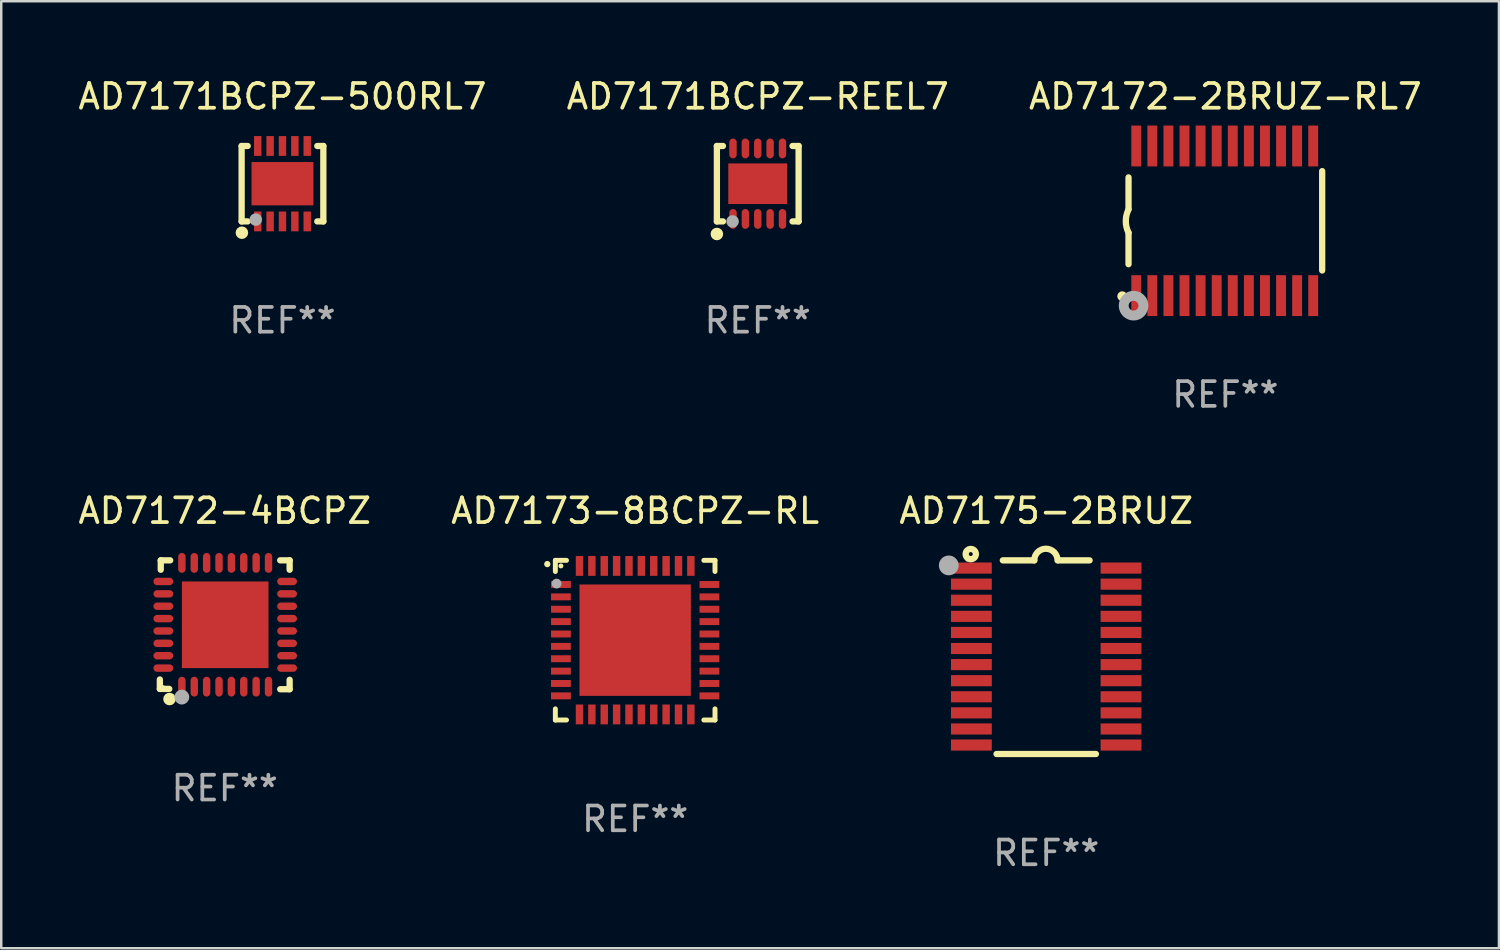
<source format=kicad_pcb>
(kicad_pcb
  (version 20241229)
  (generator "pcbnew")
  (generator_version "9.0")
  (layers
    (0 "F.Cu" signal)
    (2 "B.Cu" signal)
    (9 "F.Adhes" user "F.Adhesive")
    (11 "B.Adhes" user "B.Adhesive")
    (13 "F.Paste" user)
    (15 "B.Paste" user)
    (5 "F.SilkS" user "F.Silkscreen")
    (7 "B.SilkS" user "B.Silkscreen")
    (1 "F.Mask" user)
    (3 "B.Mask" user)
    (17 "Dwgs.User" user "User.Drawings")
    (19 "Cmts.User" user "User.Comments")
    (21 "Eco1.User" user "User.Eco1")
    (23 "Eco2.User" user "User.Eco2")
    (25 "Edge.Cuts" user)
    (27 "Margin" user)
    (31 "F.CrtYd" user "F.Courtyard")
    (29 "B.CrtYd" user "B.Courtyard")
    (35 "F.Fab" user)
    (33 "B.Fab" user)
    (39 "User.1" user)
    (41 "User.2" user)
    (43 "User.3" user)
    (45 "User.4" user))
  (footprint "AD7172-2BRUZ-RL7"
    (layer "F.Cu")
    (at 46.458 5.871)
    (property "Reference" "AD7172-2BRUZ-RL7" (at 0 -5.023 0) (layer "F.SilkS") (effects (font (size 1 1) (thickness 0.15))))
    (attr through_hole)
    (fp_line (start -3.912 -0.483) (end -3.912 -1.753) (stroke (width 0.254) (type solid)) (layer "F.SilkS"))
    (fp_line (start -3.912 1.753) (end -3.912 0.483) (stroke (width 0.254) (type solid)) (layer "F.SilkS"))
    (fp_line (start 3.912 -2.007) (end 3.912 2.007) (stroke (width 0.254) (type solid)) (layer "F.SilkS"))
    (fp_arc (start -3.911608 0.482601) (mid -4.022537 0.0127) (end -3.911608 -0.457201) (stroke (width 0.254001) (type solid)) (layer "F.SilkS"))
    (fp_circle (center -4.166 3.048) (end -4.066 3.048) (stroke (width 0.2) (type solid)) (fill no) (layer "F.SilkS"))
    (fp_circle (center -3.925 3.186) (end -3.895 3.186) (stroke (width 0.06) (type solid)) (fill no) (layer "F.SilkS"))
    (fp_circle (center -3.708 3.429) (end -3.509 3.429) (stroke (width 0.4) (type solid)) (fill no) (layer "F.Fab"))
    (fp_text user "REF**" (at 0 7.023 0) (layer "F.Fab") (effects (font (size 1 1) (thickness 0.15))))
    (pad "1" smd rect (at -3.6 3.023) (size 0.4 1.65) (layers "F.Cu" "F.Mask" "F.Paste"))
    (pad "2" smd rect (at -2.95 3.023) (size 0.4 1.65) (layers "F.Cu" "F.Mask" "F.Paste"))
    (pad "3" smd rect (at -2.3 3.023) (size 0.4 1.65) (layers "F.Cu" "F.Mask" "F.Paste"))
    (pad "4" smd rect (at -1.65 3.023) (size 0.4 1.65) (layers "F.Cu" "F.Mask" "F.Paste"))
    (pad "5" smd rect (at -1 3.023) (size 0.4 1.65) (layers "F.Cu" "F.Mask" "F.Paste"))
    (pad "6" smd rect (at -0.35 3.023) (size 0.4 1.65) (layers "F.Cu" "F.Mask" "F.Paste"))
    (pad "7" smd rect (at 0.299 3.023) (size 0.4 1.65) (layers "F.Cu" "F.Mask" "F.Paste"))
    (pad "8" smd rect (at 0.95 3.023) (size 0.4 1.65) (layers "F.Cu" "F.Mask" "F.Paste"))
    (pad "9" smd rect (at 1.6 3.023) (size 0.4 1.65) (layers "F.Cu" "F.Mask" "F.Paste"))
    (pad "10" smd rect (at 2.25 3.023) (size 0.4 1.65) (layers "F.Cu" "F.Mask" "F.Paste"))
    (pad "11" smd rect (at 2.9 3.023) (size 0.4 1.65) (layers "F.Cu" "F.Mask" "F.Paste"))
    (pad "12" smd rect (at 3.549 3.023) (size 0.4 1.65) (layers "F.Cu" "F.Mask" "F.Paste"))
    (pad "13" smd rect (at 3.549 -3.023) (size 0.4 1.65) (layers "F.Cu" "F.Mask" "F.Paste"))
    (pad "14" smd rect (at 2.9 -3.023) (size 0.4 1.65) (layers "F.Cu" "F.Mask" "F.Paste"))
    (pad "15" smd rect (at 2.25 -3.023) (size 0.4 1.65) (layers "F.Cu" "F.Mask" "F.Paste"))
    (pad "16" smd rect (at 1.6 -3.023) (size 0.4 1.65) (layers "F.Cu" "F.Mask" "F.Paste"))
    (pad "17" smd rect (at 0.95 -3.023) (size 0.4 1.65) (layers "F.Cu" "F.Mask" "F.Paste"))
    (pad "18" smd rect (at 0.299 -3.023) (size 0.4 1.65) (layers "F.Cu" "F.Mask" "F.Paste"))
    (pad "19" smd rect (at -0.35 -3.023) (size 0.4 1.65) (layers "F.Cu" "F.Mask" "F.Paste"))
    (pad "20" smd rect (at -1 -3.023) (size 0.4 1.65) (layers "F.Cu" "F.Mask" "F.Paste"))
    (pad "21" smd rect (at -1.65 -3.023) (size 0.4 1.65) (layers "F.Cu" "F.Mask" "F.Paste"))
    (pad "22" smd rect (at -2.3 -3.023) (size 0.4 1.65) (layers "F.Cu" "F.Mask" "F.Paste"))
    (pad "23" smd rect (at -2.95 -3.023) (size 0.4 1.65) (layers "F.Cu" "F.Mask" "F.Paste"))
    (pad "24" smd rect (at -3.6 -3.023) (size 0.4 1.65) (layers "F.Cu" "F.Mask" "F.Paste")))
  (footprint "AD7171BCPZ-500RL7"
    (layer "F.Cu")
    (at 8.363 4.372)
    (property "Reference" "AD7171BCPZ-500RL7" (at 0 -3.524 0) (layer "F.SilkS") (effects (font (size 1 1) (thickness 0.15))))
    (attr through_hole)
    (fp_line (start -1.651 -1.524) (end -1.651 1.524) (stroke (width 0.254) (type solid)) (layer "F.SilkS"))
    (fp_line (start -1.651 1.524) (end -1.406 1.524) (stroke (width 0.254) (type solid)) (layer "F.SilkS"))
    (fp_line (start -1.406 -1.524) (end -1.651 -1.524) (stroke (width 0.254) (type solid)) (layer "F.SilkS"))
    (fp_line (start 1.406 1.524) (end 1.651 1.524) (stroke (width 0.254) (type solid)) (layer "F.SilkS"))
    (fp_line (start 1.651 -1.524) (end 1.406 -1.524) (stroke (width 0.254) (type solid)) (layer "F.SilkS"))
    (fp_line (start 1.651 1.524) (end 1.651 -1.524) (stroke (width 0.254) (type solid)) (layer "F.SilkS"))
    (fp_circle (center -1.64 1.98) (end -1.513 1.98) (stroke (width 0.254) (type solid)) (fill no) (layer "F.SilkS"))
    (fp_circle (center -1.5 1.5) (end -1.47 1.5) (stroke (width 0.06) (type solid)) (fill no) (layer "F.SilkS"))
    (fp_circle (center -1.08 1.45) (end -0.953 1.45) (stroke (width 0.254) (type solid)) (fill no) (layer "F.Fab"))
    (fp_text user "REF**" (at 0 5.524 0) (layer "F.Fab") (effects (font (size 1 1) (thickness 0.15))))
    (pad "1" smd rect (at -1 1.524) (size 0.3 0.8) (layers "F.Cu" "F.Mask" "F.Paste"))
    (pad "2" smd rect (at -0.5 1.524) (size 0.3 0.8) (layers "F.Cu" "F.Mask" "F.Paste"))
    (pad "3" smd rect (at 0 1.524) (size 0.3 0.8) (layers "F.Cu" "F.Mask" "F.Paste"))
    (pad "4" smd rect (at 0.5 1.524) (size 0.3 0.8) (layers "F.Cu" "F.Mask" "F.Paste"))
    (pad "5" smd rect (at 1 1.524) (size 0.3 0.8) (layers "F.Cu" "F.Mask" "F.Paste"))
    (pad "6" smd rect (at 1 -1.524) (size 0.3 0.8) (layers "F.Cu" "F.Mask" "F.Paste"))
    (pad "7" smd rect (at 0.5 -1.524) (size 0.3 0.8) (layers "F.Cu" "F.Mask" "F.Paste"))
    (pad "8" smd rect (at 0 -1.524) (size 0.3 0.8) (layers "F.Cu" "F.Mask" "F.Paste"))
    (pad "9" smd rect (at -0.5 -1.524) (size 0.3 0.8) (layers "F.Cu" "F.Mask" "F.Paste"))
    (pad "10" smd rect (at -1 -1.524) (size 0.3 0.8) (layers "F.Cu" "F.Mask" "F.Paste"))
    (pad "11" smd rect (at 0 0) (size 2.5 1.75) (layers "F.Cu" "F.Mask" "F.Paste")))
  (footprint "AD7173-8BCPZ-RL"
    (layer "F.Cu")
    (at 22.613 22.815)
    (property "Reference" "AD7173-8BCPZ-RL" (at 0 -5.225 0) (layer "F.SilkS") (effects (font (size 1 1) (thickness 0.15))))
    (attr through_hole)
    (fp_line (start -3.225 -3.225) (end -2.775 -3.225) (stroke (width 0.2) (type solid)) (layer "F.SilkS"))
    (fp_line (start -3.225 -2.775) (end -3.225 -3.225) (stroke (width 0.2) (type solid)) (layer "F.SilkS"))
    (fp_line (start -3.225 2.775) (end -3.225 3.225) (stroke (width 0.2) (type solid)) (layer "F.SilkS"))
    (fp_line (start -3.225 3.225) (end -2.775 3.225) (stroke (width 0.2) (type solid)) (layer "F.SilkS"))
    (fp_line (start 2.775 -3.225) (end 3.225 -3.225) (stroke (width 0.2) (type solid)) (layer "F.SilkS"))
    (fp_line (start 2.775 3.225) (end 3.225 3.225) (stroke (width 0.2) (type solid)) (layer "F.SilkS"))
    (fp_line (start 3.225 -3.225) (end 3.225 -2.775) (stroke (width 0.2) (type solid)) (layer "F.SilkS"))
    (fp_line (start 3.225 3.225) (end 3.225 2.775) (stroke (width 0.2) (type solid)) (layer "F.SilkS"))
    (fp_arc (start -3.55094 -3.073406) (mid -3.550946 -3.074676) (end -3.55094 -3.075946) (stroke (width 0.25) (type solid)) (layer "F.SilkS"))
    (fp_circle (center -3 -3) (end -2.95 -3) (stroke (width 0.1) (type solid)) (fill no) (layer "F.SilkS"))
    (fp_circle (center -3.175 -2.286) (end -3.075 -2.286) (stroke (width 0.2) (type solid)) (fill no) (layer "F.Fab"))
    (fp_text user "REF**" (at 0 7.225 0) (layer "F.Fab") (effects (font (size 1 1) (thickness 0.15))))
    (pad "1" smd rect (at -3 -2.25) (size 0.8 0.28) (layers "F.Cu" "F.Mask" "F.Paste"))
    (pad "2" smd rect (at -3 -1.75) (size 0.8 0.28) (layers "F.Cu" "F.Mask" "F.Paste"))
    (pad "3" smd rect (at -3 -1.25) (size 0.8 0.28) (layers "F.Cu" "F.Mask" "F.Paste"))
    (pad "4" smd rect (at -3 -0.75) (size 0.8 0.28) (layers "F.Cu" "F.Mask" "F.Paste"))
    (pad "5" smd rect (at -3 -0.25) (size 0.8 0.28) (layers "F.Cu" "F.Mask" "F.Paste"))
    (pad "6" smd rect (at -3 0.25) (size 0.8 0.28) (layers "F.Cu" "F.Mask" "F.Paste"))
    (pad "7" smd rect (at -3 0.75) (size 0.8 0.28) (layers "F.Cu" "F.Mask" "F.Paste"))
    (pad "8" smd rect (at -3 1.25) (size 0.8 0.28) (layers "F.Cu" "F.Mask" "F.Paste"))
    (pad "9" smd rect (at -3 1.75) (size 0.8 0.28) (layers "F.Cu" "F.Mask" "F.Paste"))
    (pad "10" smd rect (at -3 2.25) (size 0.8 0.28) (layers "F.Cu" "F.Mask" "F.Paste"))
    (pad "11" smd rect (at -2.25 3) (size 0.3 0.8) (layers "F.Cu" "F.Mask" "F.Paste"))
    (pad "12" smd rect (at -1.75 3) (size 0.3 0.8) (layers "F.Cu" "F.Mask" "F.Paste"))
    (pad "13" smd rect (at -1.25 3) (size 0.3 0.8) (layers "F.Cu" "F.Mask" "F.Paste"))
    (pad "14" smd rect (at -0.75 3) (size 0.3 0.8) (layers "F.Cu" "F.Mask" "F.Paste"))
    (pad "15" smd rect (at -0.25 3) (size 0.3 0.8) (layers "F.Cu" "F.Mask" "F.Paste"))
    (pad "16" smd rect (at 0.25 3) (size 0.3 0.8) (layers "F.Cu" "F.Mask" "F.Paste"))
    (pad "17" smd rect (at 0.75 3) (size 0.3 0.8) (layers "F.Cu" "F.Mask" "F.Paste"))
    (pad "18" smd rect (at 1.25 3) (size 0.3 0.8) (layers "F.Cu" "F.Mask" "F.Paste"))
    (pad "19" smd rect (at 1.75 3) (size 0.3 0.8) (layers "F.Cu" "F.Mask" "F.Paste"))
    (pad "20" smd rect (at 2.25 3) (size 0.3 0.8) (layers "F.Cu" "F.Mask" "F.Paste"))
    (pad "21" smd rect (at 3 2.25) (size 0.8 0.28) (layers "F.Cu" "F.Mask" "F.Paste"))
    (pad "22" smd rect (at 3 1.75) (size 0.8 0.28) (layers "F.Cu" "F.Mask" "F.Paste"))
    (pad "23" smd rect (at 3 1.25) (size 0.8 0.28) (layers "F.Cu" "F.Mask" "F.Paste"))
    (pad "24" smd rect (at 3 0.75) (size 0.8 0.28) (layers "F.Cu" "F.Mask" "F.Paste"))
    (pad "25" smd rect (at 3 0.25) (size 0.8 0.28) (layers "F.Cu" "F.Mask" "F.Paste"))
    (pad "26" smd rect (at 3 -0.25) (size 0.8 0.28) (layers "F.Cu" "F.Mask" "F.Paste"))
    (pad "27" smd rect (at 3 -0.75) (size 0.8 0.28) (layers "F.Cu" "F.Mask" "F.Paste"))
    (pad "28" smd rect (at 3 -1.25) (size 0.8 0.28) (layers "F.Cu" "F.Mask" "F.Paste"))
    (pad "29" smd rect (at 3 -1.75) (size 0.8 0.28) (layers "F.Cu" "F.Mask" "F.Paste"))
    (pad "30" smd rect (at 3 -2.25) (size 0.8 0.28) (layers "F.Cu" "F.Mask" "F.Paste"))
    (pad "31" smd rect (at 2.25 -3) (size 0.3 0.8) (layers "F.Cu" "F.Mask" "F.Paste"))
    (pad "32" smd rect (at 1.75 -3) (size 0.3 0.8) (layers "F.Cu" "F.Mask" "F.Paste"))
    (pad "33" smd rect (at 1.25 -3) (size 0.3 0.8) (layers "F.Cu" "F.Mask" "F.Paste"))
    (pad "34" smd rect (at 0.75 -3) (size 0.3 0.8) (layers "F.Cu" "F.Mask" "F.Paste"))
    (pad "35" smd rect (at 0.25 -3) (size 0.3 0.8) (layers "F.Cu" "F.Mask" "F.Paste"))
    (pad "36" smd rect (at -0.25 -3) (size 0.3 0.8) (layers "F.Cu" "F.Mask" "F.Paste"))
    (pad "37" smd rect (at -0.75 -3) (size 0.3 0.8) (layers "F.Cu" "F.Mask" "F.Paste"))
    (pad "38" smd rect (at -1.25 -3) (size 0.3 0.8) (layers "F.Cu" "F.Mask" "F.Paste"))
    (pad "39" smd rect (at -1.75 -3) (size 0.3 0.8) (layers "F.Cu" "F.Mask" "F.Paste"))
    (pad "40" smd rect (at -2.25 -3) (size 0.3 0.8) (layers "F.Cu" "F.Mask" "F.Paste"))
    (pad "41" smd rect (at -0.000013 0) (size 4.5 4.5) (layers "F.Cu" "F.Mask" "F.Paste")))
  (footprint "AD7175-2BRUZ"
    (layer "F.Cu")
    (at 39.22 23.502)
    (property "Reference" "AD7175-2BRUZ" (at 0 -5.912 0) (layer "F.SilkS") (effects (font (size 1 1) (thickness 0.15))))
    (attr through_hole)
    (fp_line (start -1.753 -3.912) (end -0.483 -3.912) (stroke (width 0.254) (type solid)) (layer "F.SilkS"))
    (fp_line (start 0.483 -3.912) (end 1.753 -3.912) (stroke (width 0.254) (type solid)) (layer "F.SilkS"))
    (fp_line (start 2.007 3.912) (end -2.007 3.912) (stroke (width 0.254) (type solid)) (layer "F.SilkS"))
    (fp_arc (start -0.482626 -3.911608) (mid -0.012725 -4.381509) (end 0.457176 -3.911608) (stroke (width 0.254001) (type solid)) (layer "F.SilkS"))
    (fp_circle (center -3.2 -3.925) (end -3.17 -3.925) (stroke (width 0.06) (type solid)) (fill no) (layer "F.SilkS"))
    (fp_circle (center -3.048 -4.166) (end -2.968 -4.166) (stroke (width 0.254) (type solid)) (fill no) (layer "F.SilkS"))
    (fp_circle (center -3.937 -3.708) (end -3.737 -3.708) (stroke (width 0.4) (type solid)) (fill no) (layer "F.Fab"))
    (fp_text user "REF**" (at 0 7.912 0) (layer "F.Fab") (effects (font (size 1 1) (thickness 0.15))))
    (pad "1" smd rect (at -3.023 -3.6) (size 1.65 0.45) (layers "F.Cu" "F.Mask" "F.Paste"))
    (pad "2" smd rect (at -3.023 -2.95) (size 1.65 0.45) (layers "F.Cu" "F.Mask" "F.Paste"))
    (pad "3" smd rect (at -3.023 -2.3) (size 1.65 0.45) (layers "F.Cu" "F.Mask" "F.Paste"))
    (pad "4" smd rect (at -3.023 -1.65) (size 1.65 0.45) (layers "F.Cu" "F.Mask" "F.Paste"))
    (pad "5" smd rect (at -3.023 -1) (size 1.65 0.45) (layers "F.Cu" "F.Mask" "F.Paste"))
    (pad "6" smd rect (at -3.023 -0.35) (size 1.65 0.45) (layers "F.Cu" "F.Mask" "F.Paste"))
    (pad "7" smd rect (at -3.023 0.3) (size 1.65 0.45) (layers "F.Cu" "F.Mask" "F.Paste"))
    (pad "8" smd rect (at -3.023 0.95) (size 1.65 0.45) (layers "F.Cu" "F.Mask" "F.Paste"))
    (pad "9" smd rect (at -3.023 1.6) (size 1.65 0.45) (layers "F.Cu" "F.Mask" "F.Paste"))
    (pad "10" smd rect (at -3.023 2.25) (size 1.65 0.45) (layers "F.Cu" "F.Mask" "F.Paste"))
    (pad "11" smd rect (at -3.023 2.9) (size 1.65 0.45) (layers "F.Cu" "F.Mask" "F.Paste"))
    (pad "12" smd rect (at -3.023 3.55) (size 1.65 0.45) (layers "F.Cu" "F.Mask" "F.Paste"))
    (pad "13" smd rect (at 3.023 3.55) (size 1.65 0.45) (layers "F.Cu" "F.Mask" "F.Paste"))
    (pad "14" smd rect (at 3.023 2.9) (size 1.65 0.45) (layers "F.Cu" "F.Mask" "F.Paste"))
    (pad "15" smd rect (at 3.023 2.25) (size 1.65 0.45) (layers "F.Cu" "F.Mask" "F.Paste"))
    (pad "16" smd rect (at 3.023 1.6) (size 1.65 0.45) (layers "F.Cu" "F.Mask" "F.Paste"))
    (pad "17" smd rect (at 3.023 0.95) (size 1.65 0.45) (layers "F.Cu" "F.Mask" "F.Paste"))
    (pad "18" smd rect (at 3.023 0.3) (size 1.65 0.45) (layers "F.Cu" "F.Mask" "F.Paste"))
    (pad "19" smd rect (at 3.023 -0.35) (size 1.65 0.45) (layers "F.Cu" "F.Mask" "F.Paste"))
    (pad "20" smd rect (at 3.023 -1) (size 1.65 0.45) (layers "F.Cu" "F.Mask" "F.Paste"))
    (pad "21" smd rect (at 3.023 -1.65) (size 1.65 0.45) (layers "F.Cu" "F.Mask" "F.Paste"))
    (pad "22" smd rect (at 3.023 -2.3) (size 1.65 0.45) (layers "F.Cu" "F.Mask" "F.Paste"))
    (pad "23" smd rect (at 3.023 -2.95) (size 1.65 0.45) (layers "F.Cu" "F.Mask" "F.Paste"))
    (pad "24" smd rect (at 3.023 -3.6) (size 1.65 0.45) (layers "F.Cu" "F.Mask" "F.Paste")))
  (footprint "AD7171BCPZ-REEL7"
    (layer "F.Cu")
    (at 27.565 4.372)
    (property "Reference" "AD7171BCPZ-REEL7" (at 0 -3.524 0) (layer "F.SilkS") (effects (font (size 1 1) (thickness 0.15))))
    (attr through_hole)
    (fp_line (start -1.651 -1.524) (end -1.651 1.524) (stroke (width 0.254) (type solid)) (layer "F.SilkS"))
    (fp_line (start -1.651 1.524) (end -1.406 1.524) (stroke (width 0.254) (type solid)) (layer "F.SilkS"))
    (fp_line (start -1.406 -1.524) (end -1.651 -1.524) (stroke (width 0.254) (type solid)) (layer "F.SilkS"))
    (fp_line (start 1.406 1.524) (end 1.651 1.524) (stroke (width 0.254) (type solid)) (layer "F.SilkS"))
    (fp_line (start 1.651 -1.524) (end 1.406 -1.524) (stroke (width 0.254) (type solid)) (layer "F.SilkS"))
    (fp_line (start 1.651 1.524) (end 1.651 -1.524) (stroke (width 0.254) (type solid)) (layer "F.SilkS"))
    (fp_circle (center -1.651 2.032) (end -1.524 2.032) (stroke (width 0.254) (type solid)) (fill no) (layer "F.SilkS"))
    (fp_circle (center -1.5 1.5) (end -1.47 1.5) (stroke (width 0.06) (type solid)) (fill no) (layer "F.SilkS"))
    (fp_circle (center -1.016 1.524) (end -0.889 1.524) (stroke (width 0.254) (type solid)) (fill no) (layer "F.Fab"))
    (fp_text user "REF**" (at 0 5.524 0) (layer "F.Fab") (effects (font (size 1 1) (thickness 0.15))))
    (pad "1" smd oval (at -1 1.424 90) (size 0.8 0.3) (layers "F.Cu" "F.Mask" "F.Paste"))
    (pad "2" smd oval (at -0.5 1.424 90) (size 0.8 0.3) (layers "F.Cu" "F.Mask" "F.Paste"))
    (pad "3" smd oval (at 0 1.424 90) (size 0.8 0.3) (layers "F.Cu" "F.Mask" "F.Paste"))
    (pad "4" smd oval (at 0.5 1.424 90) (size 0.8 0.3) (layers "F.Cu" "F.Mask" "F.Paste"))
    (pad "5" smd oval (at 1 1.424 90) (size 0.8 0.3) (layers "F.Cu" "F.Mask" "F.Paste"))
    (pad "6" smd oval (at 1 -1.424 90) (size 0.8 0.3) (layers "F.Cu" "F.Mask" "F.Paste"))
    (pad "7" smd oval (at 0.5 -1.424 90) (size 0.8 0.3) (layers "F.Cu" "F.Mask" "F.Paste"))
    (pad "8" smd oval (at 0 -1.424 90) (size 0.8 0.3) (layers "F.Cu" "F.Mask" "F.Paste"))
    (pad "9" smd oval (at -0.5 -1.424 90) (size 0.8 0.3) (layers "F.Cu" "F.Mask" "F.Paste"))
    (pad "10" smd oval (at -1 -1.424 90) (size 0.8 0.3) (layers "F.Cu" "F.Mask" "F.Paste"))
    (pad "11" smd rect (at 0 0 90) (size 1.64 2.38) (layers "F.Cu" "F.Mask" "F.Paste")))
  (footprint "AD7172-4BCPZ"
    (layer "F.Cu")
    (at 6.03 22.193)
    (property "Reference" "AD7172-4BCPZ" (at 0 -4.604 0) (layer "F.SilkS") (effects (font (size 1 1) (thickness 0.15))))
    (attr through_hole)
    (fp_line (start -2.622 2.21) (end -2.622 2.591) (stroke (width 0.254) (type solid)) (layer "F.SilkS"))
    (fp_line (start -2.622 2.591) (end -2.241 2.591) (stroke (width 0.254) (type solid)) (layer "F.SilkS"))
    (fp_line (start -2.585 -2.604) (end -2.585 -2.223) (stroke (width 0.254) (type solid)) (layer "F.SilkS"))
    (fp_line (start -2.204 -2.604) (end -2.585 -2.604) (stroke (width 0.254) (type solid)) (layer "F.SilkS"))
    (fp_line (start 2.241 2.604) (end 2.622 2.604) (stroke (width 0.254) (type solid)) (layer "F.SilkS"))
    (fp_line (start 2.622 -2.604) (end 2.241 -2.604) (stroke (width 0.254) (type solid)) (layer "F.SilkS"))
    (fp_line (start 2.622 -2.223) (end 2.622 -2.604) (stroke (width 0.254) (type solid)) (layer "F.SilkS"))
    (fp_line (start 2.622 2.604) (end 2.622 2.223) (stroke (width 0.254) (type solid)) (layer "F.SilkS"))
    (fp_circle (center -2.481 2.5) (end -2.451 2.5) (stroke (width 0.06) (type solid)) (fill no) (layer "F.SilkS"))
    (fp_circle (center -2.231 3) (end -2.104 3) (stroke (width 0.254) (type solid)) (fill no) (layer "F.SilkS"))
    (fp_circle (center -1.733 2.921) (end -1.583 2.921) (stroke (width 0.3) (type solid)) (fill no) (layer "F.Fab"))
    (fp_text user "REF**" (at 0 6.604 0) (layer "F.Fab") (effects (font (size 1 1) (thickness 0.15))))
    (pad "1" smd oval (at -1.731 2.5 90) (size 0.8 0.3) (layers "F.Cu" "F.Mask" "F.Paste"))
    (pad "2" smd oval (at -1.231 2.5 90) (size 0.8 0.3) (layers "F.Cu" "F.Mask" "F.Paste"))
    (pad "3" smd oval (at -0.731 2.5 90) (size 0.8 0.3) (layers "F.Cu" "F.Mask" "F.Paste"))
    (pad "4" smd oval (at -0.231 2.5 90) (size 0.8 0.3) (layers "F.Cu" "F.Mask" "F.Paste"))
    (pad "5" smd oval (at 0.269 2.5 90) (size 0.8 0.3) (layers "F.Cu" "F.Mask" "F.Paste"))
    (pad "6" smd oval (at 0.769 2.5 90) (size 0.8 0.3) (layers "F.Cu" "F.Mask" "F.Paste"))
    (pad "7" smd oval (at 1.269 2.5 90) (size 0.8 0.3) (layers "F.Cu" "F.Mask" "F.Paste"))
    (pad "8" smd oval (at 1.769 2.5 90) (size 0.8 0.3) (layers "F.Cu" "F.Mask" "F.Paste"))
    (pad "9" smd oval (at 2.519 1.75 180) (size 0.8 0.3) (layers "F.Cu" "F.Mask" "F.Paste"))
    (pad "10" smd oval (at 2.519 1.25 180) (size 0.8 0.3) (layers "F.Cu" "F.Mask" "F.Paste"))
    (pad "11" smd oval (at 2.519 0.75 180) (size 0.8 0.3) (layers "F.Cu" "F.Mask" "F.Paste"))
    (pad "12" smd oval (at 2.519 0.25 180) (size 0.8 0.3) (layers "F.Cu" "F.Mask" "F.Paste"))
    (pad "13" smd oval (at 2.519 -0.25 180) (size 0.8 0.3) (layers "F.Cu" "F.Mask" "F.Paste"))
    (pad "14" smd oval (at 2.519 -0.75 180) (size 0.8 0.3) (layers "F.Cu" "F.Mask" "F.Paste"))
    (pad "15" smd oval (at 2.519 -1.25 180) (size 0.8 0.3) (layers "F.Cu" "F.Mask" "F.Paste"))
    (pad "16" smd oval (at 2.519 -1.75 180) (size 0.8 0.3) (layers "F.Cu" "F.Mask" "F.Paste"))
    (pad "17" smd oval (at 1.769 -2.5 270) (size 0.8 0.3) (layers "F.Cu" "F.Mask" "F.Paste"))
    (pad "18" smd oval (at 1.269 -2.5 270) (size 0.8 0.3) (layers "F.Cu" "F.Mask" "F.Paste"))
    (pad "19" smd oval (at 0.769 -2.5 270) (size 0.8 0.3) (layers "F.Cu" "F.Mask" "F.Paste"))
    (pad "20" smd oval (at 0.269 -2.5 270) (size 0.8 0.3) (layers "F.Cu" "F.Mask" "F.Paste"))
    (pad "21" smd oval (at -0.231 -2.5 270) (size 0.8 0.3) (layers "F.Cu" "F.Mask" "F.Paste"))
    (pad "22" smd oval (at -0.731 -2.5 270) (size 0.8 0.3) (layers "F.Cu" "F.Mask" "F.Paste"))
    (pad "23" smd oval (at -1.231 -2.5 270) (size 0.8 0.3) (layers "F.Cu" "F.Mask" "F.Paste"))
    (pad "24" smd oval (at -1.731 -2.5 270) (size 0.8 0.3) (layers "F.Cu" "F.Mask" "F.Paste"))
    (pad "25" smd oval (at -2.481 -1.75) (size 0.8 0.3) (layers "F.Cu" "F.Mask" "F.Paste"))
    (pad "26" smd oval (at -2.481 -1.25) (size 0.8 0.3) (layers "F.Cu" "F.Mask" "F.Paste"))
    (pad "27" smd oval (at -2.481 -0.75) (size 0.8 0.3) (layers "F.Cu" "F.Mask" "F.Paste"))
    (pad "28" smd oval (at -2.481 -0.25) (size 0.8 0.3) (layers "F.Cu" "F.Mask" "F.Paste"))
    (pad "29" smd oval (at -2.481 0.25) (size 0.8 0.3) (layers "F.Cu" "F.Mask" "F.Paste"))
    (pad "30" smd oval (at -2.481 0.75) (size 0.8 0.3) (layers "F.Cu" "F.Mask" "F.Paste"))
    (pad "31" smd oval (at -2.481 1.25) (size 0.8 0.3) (layers "F.Cu" "F.Mask" "F.Paste"))
    (pad "32" smd oval (at -2.481 1.75) (size 0.8 0.3) (layers "F.Cu" "F.Mask" "F.Paste"))
    (pad "33" smd rect (at 0.019 -0.000025 90) (size 3.5 3.5) (layers "F.Cu" "F.Mask" "F.Paste")))
  (gr_rect
    (start -3 -3)
    (end 57.512 35.261)
    (stroke (width 0.1) (type default))
    (fill no)
    (layer "Edge.Cuts")))
</source>
